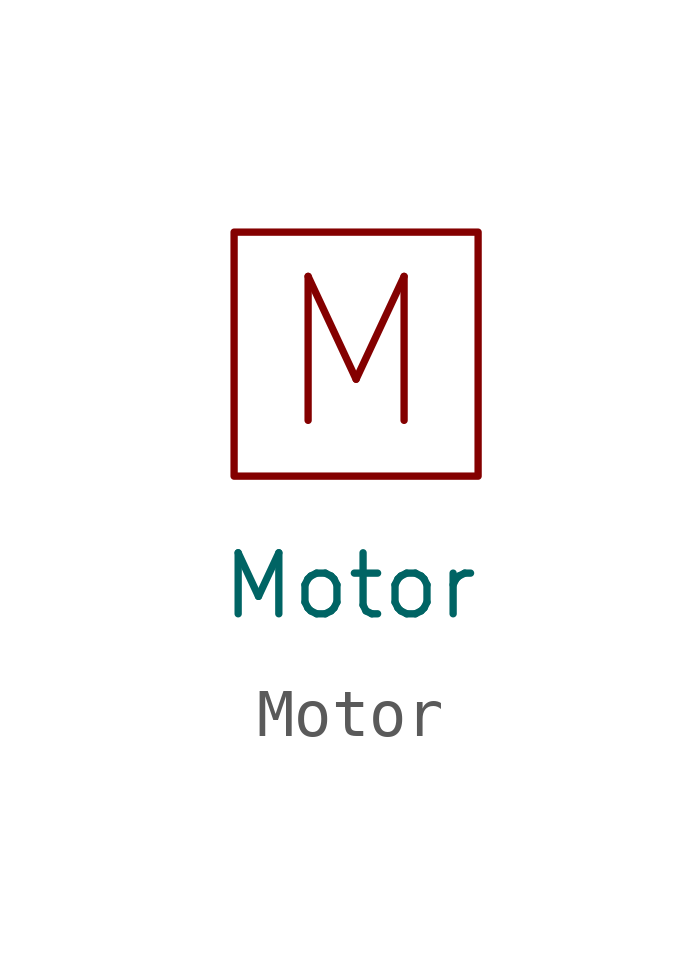
<source format=kicad_sym>
(kicad_symbol_lib
  (version 20211014)
  (generator kicad_symbol_editor)
  (symbol "Motor"
    (pin_names
      (offset 1.016))
    (property "Reference" "Motor"
      (at -0.127 -6.604 0)
      (effects (font (size 1.27 1.27)) hide))
    (property "Value" "Motor"
      (at -0.127 -4.699 0)
      (effects (font (size 1.27 1.27))))
    (symbol "Motor_1_1"
      (rectangle (start -2.54 -2.413) (end 2.54 2.667) (stroke (width 0) (type default) (color 0 0 0 0)) (fill (type none)))
      (text "M" (at 0 0.127 0) (effects (font (size 2.997 2.997)))))))
</source>
